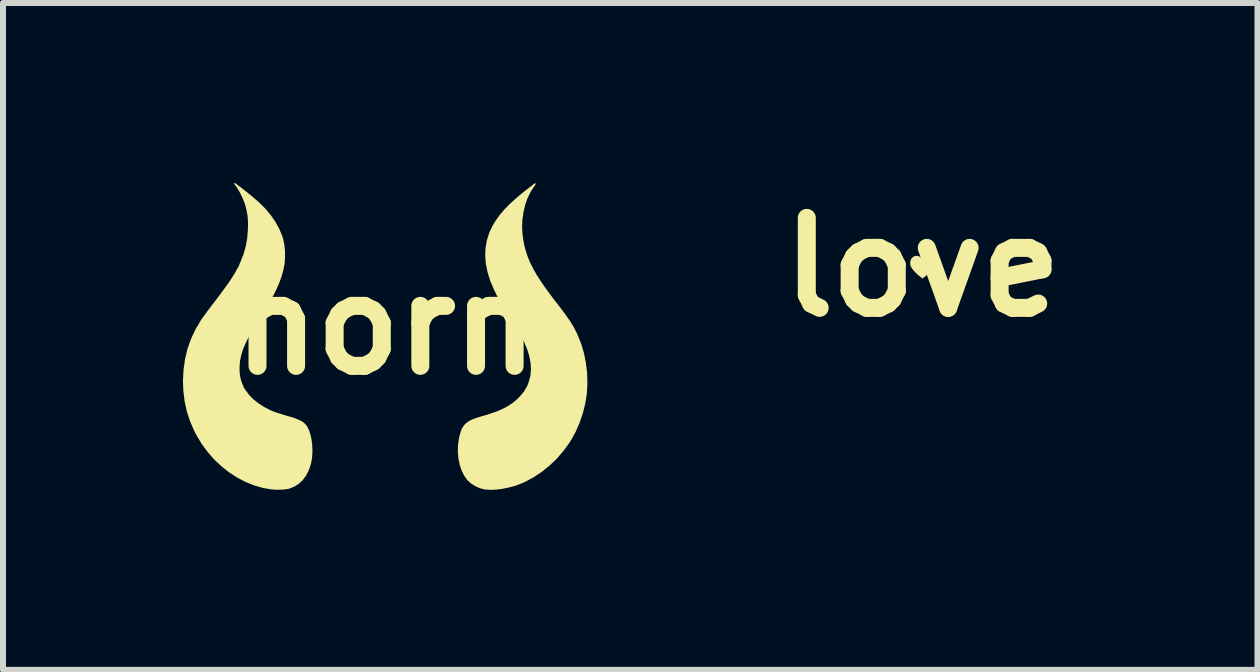
<source format=kicad_pcb>
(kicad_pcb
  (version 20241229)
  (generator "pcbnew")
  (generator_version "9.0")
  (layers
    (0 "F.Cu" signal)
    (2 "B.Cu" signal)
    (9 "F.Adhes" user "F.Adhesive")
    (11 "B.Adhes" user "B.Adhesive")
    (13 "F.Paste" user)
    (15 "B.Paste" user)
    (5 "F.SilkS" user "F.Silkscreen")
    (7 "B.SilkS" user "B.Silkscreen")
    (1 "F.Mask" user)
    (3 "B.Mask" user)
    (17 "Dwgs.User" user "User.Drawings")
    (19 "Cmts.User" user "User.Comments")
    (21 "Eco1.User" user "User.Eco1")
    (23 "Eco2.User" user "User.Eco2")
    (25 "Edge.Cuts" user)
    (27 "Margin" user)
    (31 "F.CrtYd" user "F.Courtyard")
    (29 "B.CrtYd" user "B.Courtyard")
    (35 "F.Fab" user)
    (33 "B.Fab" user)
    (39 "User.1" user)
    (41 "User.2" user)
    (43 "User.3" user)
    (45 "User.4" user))
  (footprint "love"
    (layer "F.Cu")
    (at 12.329 1.404)
    (property "Reference" "love" (at 0 0 0) (layer "F.SilkS") (effects (font (size 1.5 1.5) (thickness 0.3))))
    (attr board_only exclude_from_pos_files exclude_from_bom)
    (fp_poly (pts (xy 0.11 -0.188) (xy 0.117 -0.187) (xy 0.121 -0.187) (xy 0.132 -0.183) (xy 0.142 -0.179) (xy 0.152 -0.173) (xy 0.161 -0.166) (xy 0.17 -0.158) (xy 0.171 -0.157) (xy 0.18 -0.147) (xy 0.187 -0.137) (xy 0.193 -0.126) (xy 0.198 -0.114) (xy 0.201 -0.1) (xy 0.203 -0.091) (xy 0.204 -0.081) (xy 0.205 -0.071) (xy 0.205 -0.06) (xy 0.204 -0.05) (xy 0.202 -0.039) (xy 0.2 -0.03) (xy 0.198 -0.023) (xy 0.194 -0.011) (xy 0.187 0.001) (xy 0.18 0.015) (xy 0.17 0.028) (xy 0.16 0.042) (xy 0.148 0.057) (xy 0.134 0.072) (xy 0.119 0.087) (xy 0.103 0.103) (xy 0.096 0.11) (xy 0.09 0.115) (xy 0.084 0.121) (xy 0.077 0.127) (xy 0.07 0.133) (xy 0.063 0.139) (xy 0.056 0.145) (xy 0.049 0.151) (xy 0.042 0.157) (xy 0.035 0.163) (xy 0.028 0.168) (xy 0.022 0.173) (xy 0.016 0.177) (xy 0.011 0.181) (xy 0.007 0.184) (xy 0.004 0.186) (xy 0.002 0.188) (xy 0.001 0.188) (xy -0.000283 0.187) (xy -0.002 0.186) (xy -0.005 0.184) (xy -0.009 0.182) (xy -0.012 0.179) (xy -0.013 0.179) (xy -0.018 0.175) (xy -0.023 0.171) (xy -0.028 0.167) (xy -0.033 0.163) (xy -0.035 0.161) (xy -0.039 0.158) (xy -0.043 0.155) (xy -0.047 0.152) (xy -0.05 0.15) (xy -0.05 0.149) (xy -0.06 0.141) (xy -0.07 0.133) (xy -0.079 0.125) (xy -0.088 0.117) (xy -0.097 0.109) (xy -0.106 0.1) (xy -0.116 0.09) (xy -0.122 0.084) (xy -0.135 0.07) (xy -0.148 0.056) (xy -0.158 0.044) (xy -0.168 0.031) (xy -0.176 0.019) (xy -0.184 0.008) (xy -0.19 -0.004) (xy -0.192 -0.008) (xy -0.196 -0.016) (xy -0.199 -0.024) (xy -0.201 -0.032) (xy -0.203 -0.039) (xy -0.204 -0.048) (xy -0.204 -0.057) (xy -0.204 -0.068) (xy -0.204 -0.068) (xy -0.204 -0.074) (xy -0.204 -0.079) (xy -0.204 -0.083) (xy -0.204 -0.087) (xy -0.203 -0.09) (xy -0.203 -0.093) (xy -0.203 -0.096) (xy -0.199 -0.11) (xy -0.194 -0.123) (xy -0.188 -0.136) (xy -0.184 -0.142) (xy -0.181 -0.146) (xy -0.176 -0.151) (xy -0.171 -0.157) (xy -0.166 -0.162) (xy -0.161 -0.167) (xy -0.157 -0.17) (xy -0.152 -0.173) (xy -0.146 -0.176) (xy -0.14 -0.18) (xy -0.133 -0.183) (xy -0.126 -0.185) (xy -0.122 -0.186) (xy -0.119 -0.187) (xy -0.116 -0.188) (xy -0.113 -0.188) (xy -0.11 -0.188) (xy -0.106 -0.188) (xy -0.101 -0.188) (xy -0.101 -0.188) (xy -0.095 -0.188) (xy -0.09 -0.188) (xy -0.087 -0.188) (xy -0.083 -0.187) (xy -0.08 -0.187) (xy -0.066 -0.183) (xy -0.054 -0.178) (xy -0.043 -0.172) (xy -0.032 -0.165) (xy -0.023 -0.157) (xy -0.017 -0.15) (xy -0.012 -0.144) (xy -0.008 -0.137) (xy -0.005 -0.131) (xy -0.002 -0.125) (xy -0.000158 -0.12) (xy 0.001 -0.122) (xy 0.005 -0.132) (xy 0.01 -0.14) (xy 0.014 -0.146) (xy 0.014 -0.147) (xy 0.022 -0.156) (xy 0.031 -0.164) (xy 0.041 -0.171) (xy 0.052 -0.177) (xy 0.064 -0.182) (xy 0.076 -0.186) (xy 0.079 -0.187) (xy 0.086 -0.188) (xy 0.094 -0.188) (xy 0.102 -0.189)) (stroke (width 0) (type solid)) (fill yes) (layer "F.SilkS")))
  (footprint "horn"
    (layer "F.Cu")
    (at 3.386 2.371)
    (property "Reference" "horn" (at 0 0 0) (layer "F.SilkS") (effects (font (size 1.5 1.5) (thickness 0.3))))
    (attr board_only exclude_from_pos_files exclude_from_bom)
    (fp_poly (pts (xy 2.494 -2.353) (xy 2.481 -2.329) (xy 2.461 -2.301) (xy 2.404 -2.212) (xy 2.356 -2.11) (xy 2.318 -1.998) (xy 2.29 -1.879) (xy 2.273 -1.757) (xy 2.268 -1.633) (xy 2.273 -1.539) (xy 2.286 -1.435) (xy 2.304 -1.335) (xy 2.329 -1.238) (xy 2.361 -1.142) (xy 2.401 -1.045) (xy 2.451 -0.946) (xy 2.509 -0.842) (xy 2.579 -0.733) (xy 2.66 -0.616) (xy 2.753 -0.49) (xy 2.802 -0.425) (xy 2.871 -0.336) (xy 2.93 -0.259) (xy 2.98 -0.192) (xy 3.022 -0.133) (xy 3.058 -0.082) (xy 3.088 -0.035) (xy 3.115 0.009) (xy 3.139 0.052) (xy 3.161 0.095) (xy 3.184 0.141) (xy 3.186 0.145) (xy 3.248 0.297) (xy 3.297 0.457) (xy 3.331 0.624) (xy 3.352 0.795) (xy 3.357 0.966) (xy 3.348 1.135) (xy 3.347 1.144) (xy 3.321 1.307) (xy 3.28 1.47) (xy 3.226 1.629) (xy 3.16 1.78) (xy 3.082 1.921) (xy 3.058 1.958) (xy 2.957 2.097) (xy 2.845 2.227) (xy 2.722 2.344) (xy 2.591 2.449) (xy 2.453 2.54) (xy 2.311 2.616) (xy 2.222 2.653) (xy 2.127 2.686) (xy 2.027 2.711) (xy 1.927 2.73) (xy 1.829 2.742) (xy 1.738 2.745) (xy 1.658 2.74) (xy 1.641 2.738) (xy 1.563 2.718) (xy 1.487 2.684) (xy 1.418 2.64) (xy 1.36 2.589) (xy 1.352 2.579) (xy 1.301 2.507) (xy 1.259 2.422) (xy 1.228 2.327) (xy 1.207 2.225) (xy 1.197 2.118) (xy 1.199 2.009) (xy 1.213 1.901) (xy 1.226 1.841) (xy 1.244 1.777) (xy 1.264 1.726) (xy 1.288 1.686) (xy 1.316 1.651) (xy 1.326 1.642) (xy 1.359 1.615) (xy 1.398 1.59) (xy 1.445 1.568) (xy 1.503 1.547) (xy 1.575 1.525) (xy 1.601 1.517) (xy 1.728 1.479) (xy 1.84 1.44) (xy 1.938 1.398) (xy 2.025 1.352) (xy 2.102 1.302) (xy 2.138 1.275) (xy 2.173 1.245) (xy 2.21 1.209) (xy 2.246 1.17) (xy 2.278 1.133) (xy 2.304 1.099) (xy 2.32 1.072) (xy 2.322 1.065) (xy 2.331 1.051) (xy 2.337 1.047) (xy 2.342 1.042) (xy 2.34 1.038) (xy 2.34 1.03) (xy 2.343 1.029) (xy 2.35 1.021) (xy 2.359 1) (xy 2.371 0.969) (xy 2.383 0.932) (xy 2.394 0.893) (xy 2.403 0.856) (xy 2.407 0.837) (xy 2.416 0.739) (xy 2.41 0.633) (xy 2.389 0.522) (xy 2.354 0.405) (xy 2.305 0.287) (xy 2.288 0.251) (xy 2.271 0.219) (xy 2.246 0.174) (xy 2.215 0.121) (xy 2.179 0.061) (xy 2.141 -0.003) (xy 2.102 -0.067) (xy 2.093 -0.081) (xy 2.038 -0.169) (xy 1.992 -0.244) (xy 1.953 -0.308) (xy 1.92 -0.364) (xy 1.892 -0.413) (xy 1.867 -0.458) (xy 1.844 -0.501) (xy 1.823 -0.544) (xy 1.804 -0.582) (xy 1.74 -0.732) (xy 1.694 -0.877) (xy 1.664 -1.019) (xy 1.653 -1.157) (xy 1.659 -1.29) (xy 1.682 -1.42) (xy 1.722 -1.546) (xy 1.781 -1.667) (xy 1.828 -1.745) (xy 1.896 -1.838) (xy 1.973 -1.929) (xy 2.061 -2.02) (xy 2.163 -2.112) (xy 2.254 -2.189) (xy 2.293 -2.22) (xy 2.329 -2.249) (xy 2.358 -2.271) (xy 2.378 -2.286) (xy 2.384 -2.291) (xy 2.405 -2.306) (xy 2.425 -2.323) (xy 2.459 -2.35) (xy 2.482 -2.364) (xy 2.494 -2.365)) (stroke (width 0) (type solid)) (fill yes) (layer "F.SilkS"))
    (fp_poly (pts (xy -2.511 -2.365) (xy -2.487 -2.347) (xy -2.462 -2.326) (xy -2.431 -2.304) (xy -2.42 -2.296) (xy -2.389 -2.272) (xy -2.348 -2.24) (xy -2.3 -2.201) (xy -2.249 -2.16) (xy -2.199 -2.118) (xy -2.153 -2.078) (xy -2.114 -2.044) (xy -2.103 -2.033) (xy -2.003 -1.933) (xy -1.915 -1.825) (xy -1.839 -1.714) (xy -1.778 -1.601) (xy -1.731 -1.487) (xy -1.713 -1.426) (xy -1.695 -1.336) (xy -1.685 -1.238) (xy -1.684 -1.136) (xy -1.69 -1.039) (xy -1.696 -1.001) (xy -1.714 -0.91) (xy -1.741 -0.816) (xy -1.775 -0.719) (xy -1.818 -0.617) (xy -1.872 -0.508) (xy -1.935 -0.39) (xy -2.01 -0.262) (xy -2.048 -0.201) (xy -2.102 -0.113) (xy -2.149 -0.039) (xy -2.187 0.024) (xy -2.219 0.077) (xy -2.245 0.121) (xy -2.267 0.158) (xy -2.285 0.19) (xy -2.301 0.219) (xy -2.314 0.245) (xy -2.327 0.272) (xy -2.332 0.282) (xy -2.379 0.389) (xy -2.412 0.49) (xy -2.433 0.587) (xy -2.442 0.685) (xy -2.443 0.73) (xy -2.439 0.812) (xy -2.425 0.891) (xy -2.404 0.96) (xy -2.39 0.993) (xy -2.38 1.014) (xy -2.376 1.027) (xy -2.376 1.029) (xy -2.376 1.035) (xy -2.372 1.04) (xy -2.362 1.054) (xy -2.346 1.077) (xy -2.333 1.096) (xy -2.279 1.167) (xy -2.21 1.237) (xy -2.128 1.302) (xy -2.037 1.361) (xy -1.94 1.412) (xy -1.924 1.419) (xy -1.883 1.436) (xy -1.83 1.456) (xy -1.771 1.475) (xy -1.712 1.493) (xy -1.691 1.5) (xy -1.603 1.525) (xy -1.531 1.548) (xy -1.473 1.57) (xy -1.426 1.591) (xy -1.389 1.613) (xy -1.359 1.636) (xy -1.335 1.662) (xy -1.315 1.689) (xy -1.285 1.75) (xy -1.26 1.824) (xy -1.242 1.908) (xy -1.231 1.998) (xy -1.227 2.091) (xy -1.231 2.182) (xy -1.243 2.269) (xy -1.253 2.314) (xy -1.286 2.415) (xy -1.331 2.504) (xy -1.387 2.581) (xy -1.454 2.644) (xy -1.529 2.692) (xy -1.611 2.724) (xy -1.655 2.734) (xy -1.711 2.74) (xy -1.774 2.743) (xy -1.839 2.743) (xy -1.899 2.739) (xy -1.902 2.739) (xy -2.051 2.714) (xy -2.198 2.672) (xy -2.343 2.614) (xy -2.482 2.541) (xy -2.616 2.454) (xy -2.744 2.353) (xy -2.863 2.241) (xy -2.972 2.117) (xy -3.071 1.983) (xy -3.158 1.84) (xy -3.2 1.759) (xy -3.269 1.598) (xy -3.322 1.436) (xy -3.358 1.27) (xy -3.379 1.099) (xy -3.386 0.935) (xy -3.377 0.749) (xy -3.352 0.57) (xy -3.311 0.396) (xy -3.252 0.23) (xy -3.177 0.07) (xy -3.086 -0.084) (xy -3.081 -0.091) (xy -3.059 -0.122) (xy -3.028 -0.165) (xy -2.991 -0.216) (xy -2.948 -0.273) (xy -2.903 -0.333) (xy -2.857 -0.393) (xy -2.846 -0.407) (xy -2.759 -0.522) (xy -2.683 -0.626) (xy -2.617 -0.718) (xy -2.564 -0.799) (xy -2.521 -0.868) (xy -2.496 -0.913) (xy -2.481 -0.942) (xy -2.467 -0.965) (xy -2.458 -0.977) (xy -2.457 -0.978) (xy -2.452 -0.984) (xy -2.454 -0.984) (xy -2.453 -0.992) (xy -2.446 -1.012) (xy -2.434 -1.04) (xy -2.429 -1.051) (xy -2.377 -1.181) (xy -2.339 -1.314) (xy -2.314 -1.453) (xy -2.303 -1.599) (xy -2.301 -1.685) (xy -2.304 -1.76) (xy -2.31 -1.829) (xy -2.322 -1.898) (xy -2.34 -1.973) (xy -2.341 -1.978) (xy -2.359 -2.036) (xy -2.384 -2.1) (xy -2.414 -2.166) (xy -2.446 -2.228) (xy -2.477 -2.282) (xy -2.496 -2.308) (xy -2.515 -2.334) (xy -2.528 -2.354) (xy -2.533 -2.364) (xy -2.533 -2.364) (xy -2.527 -2.371)) (stroke (width 0) (type solid)) (fill yes) (layer "F.SilkS")))
  (gr_rect
    (start -3 -3)
    (end 17.914 8.117)
    (stroke (width 0.1) (type default))
    (fill no)
    (layer "Edge.Cuts")))
</source>
